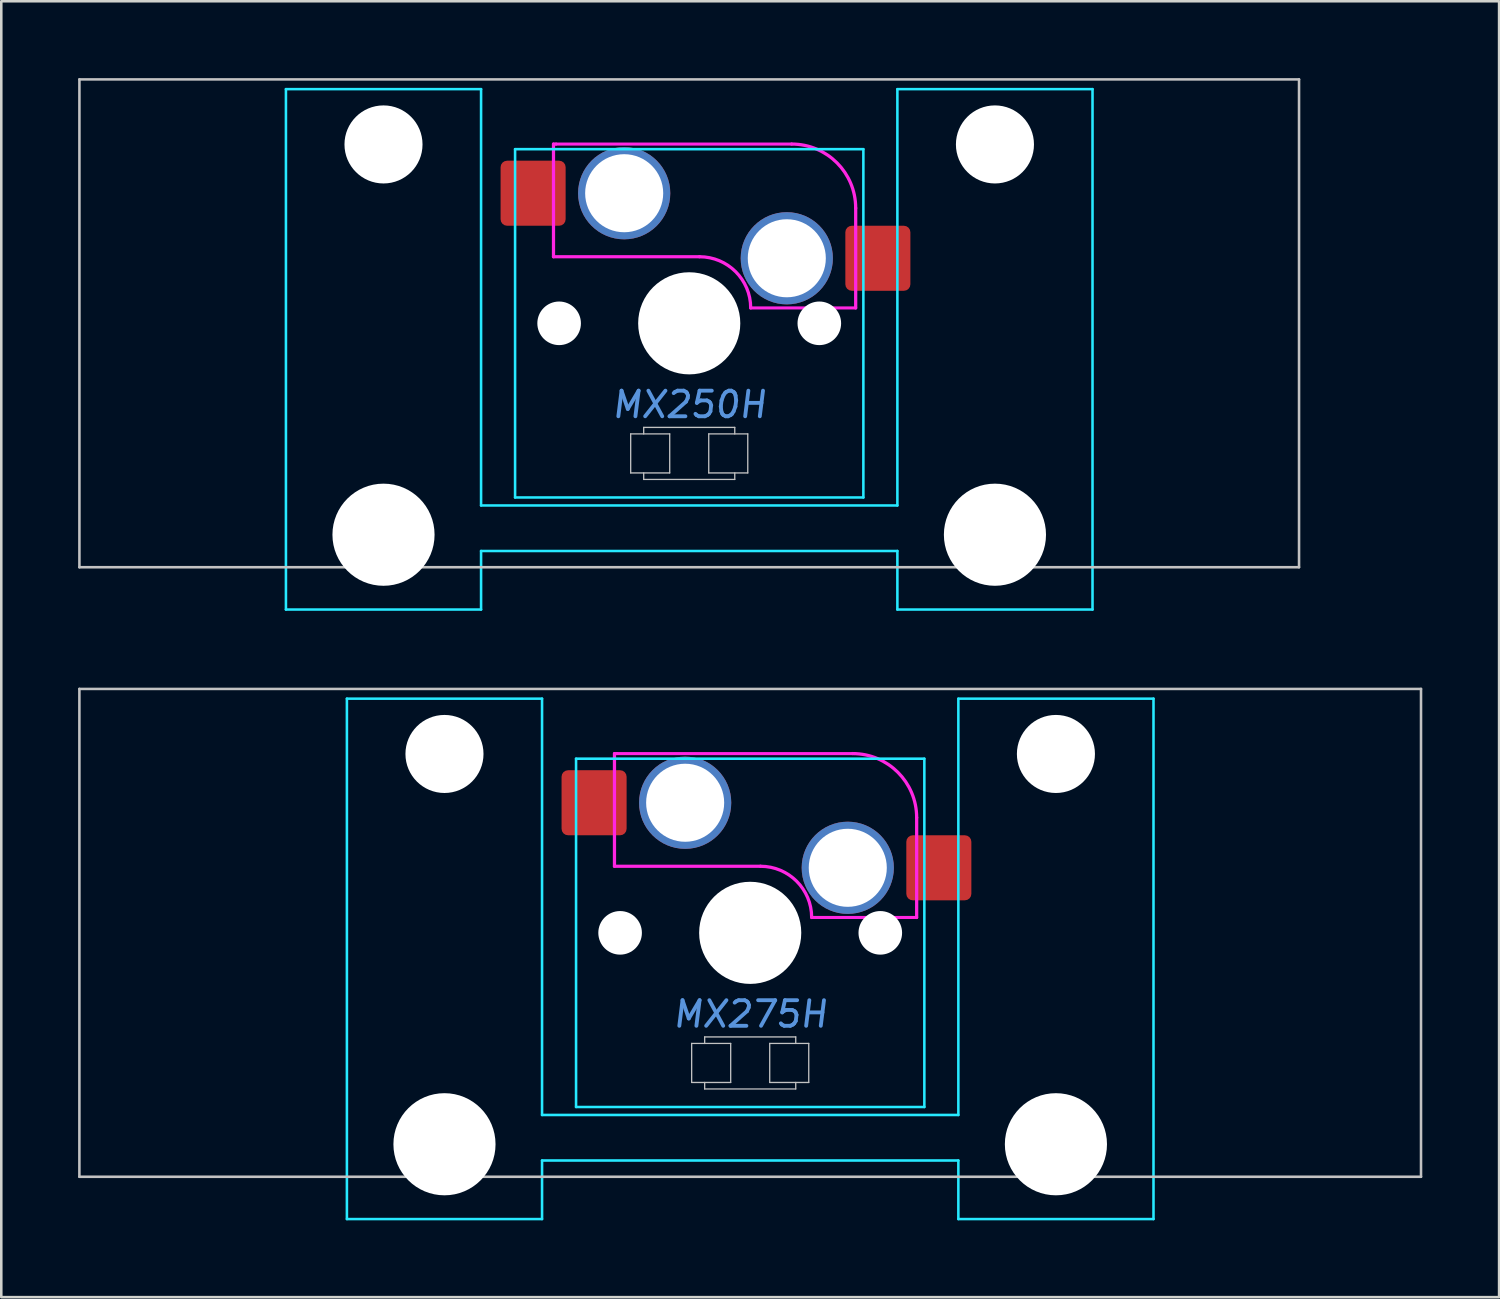
<source format=kicad_pcb>
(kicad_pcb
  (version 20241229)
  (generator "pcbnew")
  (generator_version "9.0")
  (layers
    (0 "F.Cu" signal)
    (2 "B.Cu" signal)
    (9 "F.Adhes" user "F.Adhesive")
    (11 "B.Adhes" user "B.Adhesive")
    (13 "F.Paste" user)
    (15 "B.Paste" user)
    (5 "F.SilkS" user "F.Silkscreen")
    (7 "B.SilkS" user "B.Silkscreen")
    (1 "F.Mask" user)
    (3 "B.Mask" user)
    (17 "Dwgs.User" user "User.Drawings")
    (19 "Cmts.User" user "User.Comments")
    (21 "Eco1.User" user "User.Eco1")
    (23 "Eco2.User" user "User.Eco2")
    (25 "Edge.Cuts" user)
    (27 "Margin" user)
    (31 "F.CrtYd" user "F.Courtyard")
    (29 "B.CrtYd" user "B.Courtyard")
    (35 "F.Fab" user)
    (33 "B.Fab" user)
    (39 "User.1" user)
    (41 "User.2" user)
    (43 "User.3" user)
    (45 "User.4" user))
  (footprint "MX250H"
    (layer "F.Cu")
    (at 23.863 9.575)
    (property "Reference" "MX250H" (at 0 3.175 0) (layer "Cmts.User") (effects (font (size 1 1) (thickness 0.15) (italic yes))))
    (attr smd)
    (fp_line (start -23.812 -9.525) (end -23.812 9.525) (stroke (width 0.1) (type solid)) (layer "Dwgs.User"))
    (fp_line (start -23.812 -9.525) (end 23.812 -9.525) (stroke (width 0.1) (type solid)) (layer "Dwgs.User"))
    (fp_line (start -23.812 9.525) (end 23.812 9.525) (stroke (width 0.1) (type solid)) (layer "Dwgs.User"))
    (fp_line (start -2.286 4.318) (end -0.762 4.318) (stroke (width 0.051) (type solid)) (layer "Dwgs.User"))
    (fp_line (start -2.286 5.842) (end -2.286 4.318) (stroke (width 0.051) (type solid)) (layer "Dwgs.User"))
    (fp_line (start -1.778 4.064) (end 1.778 4.064) (stroke (width 0.051) (type solid)) (layer "Dwgs.User"))
    (fp_line (start -1.778 4.318) (end -1.778 4.064) (stroke (width 0.051) (type solid)) (layer "Dwgs.User"))
    (fp_line (start -1.778 6.096) (end -1.778 5.842) (stroke (width 0.051) (type solid)) (layer "Dwgs.User"))
    (fp_line (start -0.762 4.318) (end -0.762 5.842) (stroke (width 0.051) (type solid)) (layer "Dwgs.User"))
    (fp_line (start -0.762 5.842) (end -2.286 5.842) (stroke (width 0.051) (type solid)) (layer "Dwgs.User"))
    (fp_line (start 0.762 4.318) (end 2.286 4.318) (stroke (width 0.051) (type solid)) (layer "Dwgs.User"))
    (fp_line (start 0.762 5.842) (end 0.762 4.318) (stroke (width 0.051) (type solid)) (layer "Dwgs.User"))
    (fp_line (start 1.778 4.064) (end 1.778 4.318) (stroke (width 0.051) (type solid)) (layer "Dwgs.User"))
    (fp_line (start 1.778 5.842) (end 1.778 6.096) (stroke (width 0.051) (type solid)) (layer "Dwgs.User"))
    (fp_line (start 1.778 6.096) (end -1.778 6.096) (stroke (width 0.051) (type solid)) (layer "Dwgs.User"))
    (fp_line (start 2.286 4.318) (end 2.286 5.842) (stroke (width 0.051) (type solid)) (layer "Dwgs.User"))
    (fp_line (start 2.286 5.842) (end 0.762 5.842) (stroke (width 0.051) (type solid)) (layer "Dwgs.User"))
    (fp_line (start 23.812 -9.525) (end 23.812 9.525) (stroke (width 0.1) (type solid)) (layer "Dwgs.User"))
    (fp_line (start -15.438 -5.485) (end -15.438 8.515) (stroke (width 0.1) (type solid)) (layer "Eco1.User"))
    (fp_line (start -14.938 -5.985) (end -8.938 -5.985) (stroke (width 0.1) (type solid)) (layer "Eco1.User"))
    (fp_line (start -8.938 9.015) (end -14.938 9.015) (stroke (width 0.1) (type solid)) (layer "Eco1.User"))
    (fp_line (start -8.438 8.515) (end -8.438 -5.485) (stroke (width 0.1) (type solid)) (layer "Eco1.User"))
    (fp_line (start -7 -6.5) (end -7 6.5) (stroke (width 0.1) (type solid)) (layer "Eco1.User"))
    (fp_line (start -6.5 7) (end 6.5 7) (stroke (width 0.1) (type solid)) (layer "Eco1.User"))
    (fp_line (start 6.5 -7) (end -6.5 -7) (stroke (width 0.1) (type solid)) (layer "Eco1.User"))
    (fp_line (start 7 6.5) (end 7 -6.5) (stroke (width 0.1) (type solid)) (layer "Eco1.User"))
    (fp_line (start 8.438 -5.485) (end 8.438 8.515) (stroke (width 0.1) (type solid)) (layer "Eco1.User"))
    (fp_line (start 8.938 -5.985) (end 14.938 -5.985) (stroke (width 0.1) (type solid)) (layer "Eco1.User"))
    (fp_line (start 14.938 9.015) (end 8.938 9.015) (stroke (width 0.1) (type solid)) (layer "Eco1.User"))
    (fp_line (start 15.438 8.515) (end 15.438 -5.485) (stroke (width 0.1) (type solid)) (layer "Eco1.User"))
    (fp_arc (start -15.438 -5.485) (mid -15.291553 -5.838553) (end -14.938 -5.985) (stroke (width 0.1) (type solid)) (layer "Eco1.User"))
    (fp_arc (start -14.938 9.015) (mid -15.291553 8.868553) (end -15.438 8.515) (stroke (width 0.1) (type solid)) (layer "Eco1.User"))
    (fp_arc (start -8.938 -5.985) (mid -8.584447 -5.838553) (end -8.438 -5.485) (stroke (width 0.1) (type solid)) (layer "Eco1.User"))
    (fp_arc (start -8.438 8.515) (mid -8.584447 8.868553) (end -8.938 9.015) (stroke (width 0.1) (type solid)) (layer "Eco1.User"))
    (fp_arc (start -7 -6.5) (mid -6.853553 -6.853553) (end -6.5 -7) (stroke (width 0.1) (type solid)) (layer "Eco1.User"))
    (fp_arc (start -6.5 7) (mid -6.853553 6.853553) (end -7 6.5) (stroke (width 0.1) (type solid)) (layer "Eco1.User"))
    (fp_arc (start 6.5 -7) (mid 6.853553 -6.853553) (end 7 -6.5) (stroke (width 0.1) (type solid)) (layer "Eco1.User"))
    (fp_arc (start 7 6.5) (mid 6.853553 6.853553) (end 6.5 7) (stroke (width 0.1) (type solid)) (layer "Eco1.User"))
    (fp_arc (start 8.438 -5.485) (mid 8.584447 -5.838553) (end 8.938 -5.985) (stroke (width 0.1) (type solid)) (layer "Eco1.User"))
    (fp_arc (start 8.938 9.015) (mid 8.584447 8.868553) (end 8.438 8.515) (stroke (width 0.1) (type solid)) (layer "Eco1.User"))
    (fp_arc (start 14.938 -5.985) (mid 15.291553 -5.838553) (end 15.438 -5.485) (stroke (width 0.1) (type solid)) (layer "Eco1.User"))
    (fp_arc (start 15.438 8.515) (mid 15.291553 8.868553) (end 14.938 9.015) (stroke (width 0.1) (type solid)) (layer "Eco1.User"))
    (fp_line (start -15.748 -9.144) (end -15.748 11.176) (stroke (width 0.1) (type solid)) (layer "B.CrtYd"))
    (fp_line (start -15.748 11.176) (end -8.128 11.176) (stroke (width 0.1) (type solid)) (layer "B.CrtYd"))
    (fp_line (start -8.128 -9.144) (end -15.748 -9.144) (stroke (width 0.1) (type solid)) (layer "B.CrtYd"))
    (fp_line (start -8.128 7.112) (end -8.128 -9.144) (stroke (width 0.1) (type solid)) (layer "B.CrtYd"))
    (fp_line (start -8.128 7.112) (end 8.128 7.112) (stroke (width 0.1) (type solid)) (layer "B.CrtYd"))
    (fp_line (start -8.128 8.89) (end -8.128 11.176) (stroke (width 0.1) (type solid)) (layer "B.CrtYd"))
    (fp_line (start -8.128 8.89) (end 8.128 8.89) (stroke (width 0.1) (type solid)) (layer "B.CrtYd"))
    (fp_line (start -6.8 -6.8) (end -6.8 6.8) (stroke (width 0.1) (type solid)) (layer "B.CrtYd"))
    (fp_line (start 6.8 -6.8) (end -6.8 -6.8) (stroke (width 0.1) (type solid)) (layer "B.CrtYd"))
    (fp_line (start 6.8 -6.8) (end 6.8 6.8) (stroke (width 0.1) (type solid)) (layer "B.CrtYd"))
    (fp_line (start 6.8 6.8) (end -6.8 6.8) (stroke (width 0.1) (type solid)) (layer "B.CrtYd"))
    (fp_line (start 8.128 -9.144) (end 15.748 -9.144) (stroke (width 0.1) (type solid)) (layer "B.CrtYd"))
    (fp_line (start 8.128 7.112) (end 8.128 -9.142) (stroke (width 0.1) (type solid)) (layer "B.CrtYd"))
    (fp_line (start 8.128 8.89) (end 8.128 11.176) (stroke (width 0.1) (type solid)) (layer "B.CrtYd"))
    (fp_line (start 15.748 11.176) (end 8.128 11.176) (stroke (width 0.1) (type solid)) (layer "B.CrtYd"))
    (fp_line (start 15.748 11.176) (end 15.748 -9.144) (stroke (width 0.1) (type solid)) (layer "B.CrtYd"))
    (fp_line (start -5.3 -7) (end -5.3 -2.6) (stroke (width 0.127) (type solid)) (layer "F.CrtYd"))
    (fp_line (start -5.2 -7) (end -5.3 -7) (stroke (width 0.12) (type solid)) (layer "F.CrtYd"))
    (fp_line (start 0.4 -2.6) (end -5.3 -2.6) (stroke (width 0.127) (type solid)) (layer "F.CrtYd"))
    (fp_line (start 4 -7) (end -5.2 -7) (stroke (width 0.12) (type solid)) (layer "F.CrtYd"))
    (fp_line (start 6.5 -4.5) (end 6.5 -0.6) (stroke (width 0.127) (type solid)) (layer "F.CrtYd"))
    (fp_line (start 6.5 -0.6) (end 2.4 -0.6) (stroke (width 0.12) (type solid)) (layer "F.CrtYd"))
    (fp_arc (start 0.4 -2.6) (mid 1.814214 -2.014214) (end 2.4 -0.6) (stroke (width 0.127) (type solid)) (layer "F.CrtYd"))
    (fp_arc (start 4 -7) (mid 5.767767 -6.267767) (end 6.5 -4.5) (stroke (width 0.127) (type solid)) (layer "F.CrtYd"))
    (pad "" np_thru_hole circle (at -11.938 -6.985) (size 3.048 3.048) (drill 3.048) (layers "*.Cu" "*.Mask"))
    (pad "" np_thru_hole circle (at -11.938 8.255) (size 3.988 3.988) (drill 3.988) (layers "*.Cu" "*.Mask"))
    (pad "" np_thru_hole circle (at -5.08 0) (size 1.702 1.702) (drill 1.702) (layers "*.Cu" "*.Mask"))
    (pad "" thru_hole circle (at -2.54 -5.08) (size 3.6 3.6) (drill 3.048) (layers "*.Cu" "*.Mask"))
    (pad "" np_thru_hole circle (at 0 0) (size 3.988 3.988) (drill 3.988) (layers "*.Cu" "*.Mask"))
    (pad "" thru_hole circle (at 3.81 -2.54) (size 3.6 3.6) (drill 3.048) (layers "*.Cu" "*.Mask"))
    (pad "" np_thru_hole circle (at 5.08 0) (size 1.702 1.702) (drill 1.702) (layers "*.Cu" "*.Mask"))
    (pad "" np_thru_hole circle (at 11.938 -6.985) (size 3.048 3.048) (drill 3.048) (layers "*.Cu" "*.Mask"))
    (pad "" np_thru_hole circle (at 11.938 8.255) (size 3.988 3.988) (drill 3.988) (layers "*.Cu" "*.Mask"))
    (pad "1" smd roundrect (at -6.096 -5.08) (size 2.54 2.54) (layers "F.Cu" "F.Mask") (roundrect_rratio 0.1))
    (pad "2" smd roundrect (at 7.366 -2.54) (size 2.54 2.54) (layers "F.Cu" "F.Mask") (roundrect_rratio 0.1)))
  (footprint "MX275H"
    (layer "F.Cu")
    (at 26.244 33.376)
    (property "Reference" "MX275H" (at 0 3.175 0) (layer "Cmts.User") (effects (font (size 1 1) (thickness 0.15) (italic yes))))
    (attr smd)
    (fp_line (start -26.194 -9.525) (end -26.194 9.525) (stroke (width 0.1) (type solid)) (layer "Dwgs.User"))
    (fp_line (start -26.194 -9.525) (end 26.194 -9.525) (stroke (width 0.1) (type solid)) (layer "Dwgs.User"))
    (fp_line (start -26.194 9.525) (end 26.194 9.525) (stroke (width 0.1) (type solid)) (layer "Dwgs.User"))
    (fp_line (start -2.286 4.318) (end -0.762 4.318) (stroke (width 0.051) (type solid)) (layer "Dwgs.User"))
    (fp_line (start -2.286 5.842) (end -2.286 4.318) (stroke (width 0.051) (type solid)) (layer "Dwgs.User"))
    (fp_line (start -1.778 4.064) (end 1.778 4.064) (stroke (width 0.051) (type solid)) (layer "Dwgs.User"))
    (fp_line (start -1.778 4.318) (end -1.778 4.064) (stroke (width 0.051) (type solid)) (layer "Dwgs.User"))
    (fp_line (start -1.778 6.096) (end -1.778 5.842) (stroke (width 0.051) (type solid)) (layer "Dwgs.User"))
    (fp_line (start -0.762 4.318) (end -0.762 5.842) (stroke (width 0.051) (type solid)) (layer "Dwgs.User"))
    (fp_line (start -0.762 5.842) (end -2.286 5.842) (stroke (width 0.051) (type solid)) (layer "Dwgs.User"))
    (fp_line (start 0.762 4.318) (end 2.286 4.318) (stroke (width 0.051) (type solid)) (layer "Dwgs.User"))
    (fp_line (start 0.762 5.842) (end 0.762 4.318) (stroke (width 0.051) (type solid)) (layer "Dwgs.User"))
    (fp_line (start 1.778 4.064) (end 1.778 4.318) (stroke (width 0.051) (type solid)) (layer "Dwgs.User"))
    (fp_line (start 1.778 5.842) (end 1.778 6.096) (stroke (width 0.051) (type solid)) (layer "Dwgs.User"))
    (fp_line (start 1.778 6.096) (end -1.778 6.096) (stroke (width 0.051) (type solid)) (layer "Dwgs.User"))
    (fp_line (start 2.286 4.318) (end 2.286 5.842) (stroke (width 0.051) (type solid)) (layer "Dwgs.User"))
    (fp_line (start 2.286 5.842) (end 0.762 5.842) (stroke (width 0.051) (type solid)) (layer "Dwgs.User"))
    (fp_line (start 26.194 -9.525) (end 26.194 9.525) (stroke (width 0.1) (type solid)) (layer "Dwgs.User"))
    (fp_line (start -15.438 -5.485) (end -15.438 8.515) (stroke (width 0.1) (type solid)) (layer "Eco1.User"))
    (fp_line (start -14.938 -5.985) (end -8.938 -5.985) (stroke (width 0.1) (type solid)) (layer "Eco1.User"))
    (fp_line (start -8.938 9.015) (end -14.938 9.015) (stroke (width 0.1) (type solid)) (layer "Eco1.User"))
    (fp_line (start -8.438 8.515) (end -8.438 -5.485) (stroke (width 0.1) (type solid)) (layer "Eco1.User"))
    (fp_line (start -7 -6.5) (end -7 6.5) (stroke (width 0.1) (type solid)) (layer "Eco1.User"))
    (fp_line (start -6.5 7) (end 6.5 7) (stroke (width 0.1) (type solid)) (layer "Eco1.User"))
    (fp_line (start 6.5 -7) (end -6.5 -7) (stroke (width 0.1) (type solid)) (layer "Eco1.User"))
    (fp_line (start 7 6.5) (end 7 -6.5) (stroke (width 0.1) (type solid)) (layer "Eco1.User"))
    (fp_line (start 8.438 -5.485) (end 8.438 8.515) (stroke (width 0.1) (type solid)) (layer "Eco1.User"))
    (fp_line (start 8.938 -5.985) (end 14.938 -5.985) (stroke (width 0.1) (type solid)) (layer "Eco1.User"))
    (fp_line (start 14.938 9.015) (end 8.938 9.015) (stroke (width 0.1) (type solid)) (layer "Eco1.User"))
    (fp_line (start 15.438 8.515) (end 15.438 -5.485) (stroke (width 0.1) (type solid)) (layer "Eco1.User"))
    (fp_arc (start -15.438 -5.485) (mid -15.291553 -5.838553) (end -14.938 -5.985) (stroke (width 0.1) (type solid)) (layer "Eco1.User"))
    (fp_arc (start -14.938 9.015) (mid -15.291553 8.868553) (end -15.438 8.515) (stroke (width 0.1) (type solid)) (layer "Eco1.User"))
    (fp_arc (start -8.938 -5.985) (mid -8.584447 -5.838553) (end -8.438 -5.485) (stroke (width 0.1) (type solid)) (layer "Eco1.User"))
    (fp_arc (start -8.438 8.515) (mid -8.584447 8.868553) (end -8.938 9.015) (stroke (width 0.1) (type solid)) (layer "Eco1.User"))
    (fp_arc (start -7 -6.5) (mid -6.853553 -6.853553) (end -6.5 -7) (stroke (width 0.1) (type solid)) (layer "Eco1.User"))
    (fp_arc (start -6.5 7) (mid -6.853553 6.853553) (end -7 6.5) (stroke (width 0.1) (type solid)) (layer "Eco1.User"))
    (fp_arc (start 6.5 -7) (mid 6.853553 -6.853553) (end 7 -6.5) (stroke (width 0.1) (type solid)) (layer "Eco1.User"))
    (fp_arc (start 7 6.5) (mid 6.853553 6.853553) (end 6.5 7) (stroke (width 0.1) (type solid)) (layer "Eco1.User"))
    (fp_arc (start 8.438 -5.485) (mid 8.584447 -5.838553) (end 8.938 -5.985) (stroke (width 0.1) (type solid)) (layer "Eco1.User"))
    (fp_arc (start 8.938 9.015) (mid 8.584447 8.868553) (end 8.438 8.515) (stroke (width 0.1) (type solid)) (layer "Eco1.User"))
    (fp_arc (start 14.938 -5.985) (mid 15.291553 -5.838553) (end 15.438 -5.485) (stroke (width 0.1) (type solid)) (layer "Eco1.User"))
    (fp_arc (start 15.438 8.515) (mid 15.291553 8.868553) (end 14.938 9.015) (stroke (width 0.1) (type solid)) (layer "Eco1.User"))
    (fp_line (start -15.748 -9.144) (end -15.748 11.176) (stroke (width 0.1) (type solid)) (layer "B.CrtYd"))
    (fp_line (start -15.748 11.176) (end -8.128 11.176) (stroke (width 0.1) (type solid)) (layer "B.CrtYd"))
    (fp_line (start -8.128 -9.144) (end -15.748 -9.144) (stroke (width 0.1) (type solid)) (layer "B.CrtYd"))
    (fp_line (start -8.128 7.112) (end -8.128 -9.144) (stroke (width 0.1) (type solid)) (layer "B.CrtYd"))
    (fp_line (start -8.128 7.112) (end 8.128 7.112) (stroke (width 0.1) (type solid)) (layer "B.CrtYd"))
    (fp_line (start -8.128 8.89) (end -8.128 11.176) (stroke (width 0.1) (type solid)) (layer "B.CrtYd"))
    (fp_line (start -8.128 8.89) (end 8.128 8.89) (stroke (width 0.1) (type solid)) (layer "B.CrtYd"))
    (fp_line (start -6.8 -6.8) (end -6.8 6.8) (stroke (width 0.1) (type solid)) (layer "B.CrtYd"))
    (fp_line (start 6.8 -6.8) (end -6.8 -6.8) (stroke (width 0.1) (type solid)) (layer "B.CrtYd"))
    (fp_line (start 6.8 -6.8) (end 6.8 6.8) (stroke (width 0.1) (type solid)) (layer "B.CrtYd"))
    (fp_line (start 6.8 6.8) (end -6.8 6.8) (stroke (width 0.1) (type solid)) (layer "B.CrtYd"))
    (fp_line (start 8.128 -9.144) (end 15.748 -9.144) (stroke (width 0.1) (type solid)) (layer "B.CrtYd"))
    (fp_line (start 8.128 7.112) (end 8.128 -9.142) (stroke (width 0.1) (type solid)) (layer "B.CrtYd"))
    (fp_line (start 8.128 8.89) (end 8.128 11.176) (stroke (width 0.1) (type solid)) (layer "B.CrtYd"))
    (fp_line (start 15.748 11.176) (end 8.128 11.176) (stroke (width 0.1) (type solid)) (layer "B.CrtYd"))
    (fp_line (start 15.748 11.176) (end 15.748 -9.144) (stroke (width 0.1) (type solid)) (layer "B.CrtYd"))
    (fp_line (start -5.3 -7) (end -5.3 -2.6) (stroke (width 0.127) (type solid)) (layer "F.CrtYd"))
    (fp_line (start -5.2 -7) (end -5.3 -7) (stroke (width 0.12) (type solid)) (layer "F.CrtYd"))
    (fp_line (start 0.4 -2.6) (end -5.3 -2.6) (stroke (width 0.127) (type solid)) (layer "F.CrtYd"))
    (fp_line (start 4 -7) (end -5.2 -7) (stroke (width 0.12) (type solid)) (layer "F.CrtYd"))
    (fp_line (start 6.5 -4.5) (end 6.5 -0.6) (stroke (width 0.127) (type solid)) (layer "F.CrtYd"))
    (fp_line (start 6.5 -0.6) (end 2.4 -0.6) (stroke (width 0.12) (type solid)) (layer "F.CrtYd"))
    (fp_arc (start 0.4 -2.6) (mid 1.814214 -2.014214) (end 2.4 -0.6) (stroke (width 0.127) (type solid)) (layer "F.CrtYd"))
    (fp_arc (start 4 -7) (mid 5.767767 -6.267767) (end 6.5 -4.5) (stroke (width 0.127) (type solid)) (layer "F.CrtYd"))
    (pad "" np_thru_hole circle (at -11.938 -6.985) (size 3.048 3.048) (drill 3.048) (layers "*.Cu" "*.Mask"))
    (pad "" np_thru_hole circle (at -11.938 8.255) (size 3.988 3.988) (drill 3.988) (layers "*.Cu" "*.Mask"))
    (pad "" np_thru_hole circle (at -5.08 0) (size 1.702 1.702) (drill 1.702) (layers "*.Cu" "*.Mask"))
    (pad "" thru_hole circle (at -2.54 -5.08) (size 3.6 3.6) (drill 3.048) (layers "*.Cu" "*.Mask"))
    (pad "" np_thru_hole circle (at 0 0) (size 3.988 3.988) (drill 3.988) (layers "*.Cu" "*.Mask"))
    (pad "" thru_hole circle (at 3.81 -2.54) (size 3.6 3.6) (drill 3.048) (layers "*.Cu" "*.Mask"))
    (pad "" np_thru_hole circle (at 5.08 0) (size 1.702 1.702) (drill 1.702) (layers "*.Cu" "*.Mask"))
    (pad "" np_thru_hole circle (at 11.938 -6.985) (size 3.048 3.048) (drill 3.048) (layers "*.Cu" "*.Mask"))
    (pad "" np_thru_hole circle (at 11.938 8.255) (size 3.988 3.988) (drill 3.988) (layers "*.Cu" "*.Mask"))
    (pad "1" smd roundrect (at -6.096 -5.08) (size 2.54 2.54) (layers "F.Cu" "F.Mask") (roundrect_rratio 0.1))
    (pad "2" smd roundrect (at 7.366 -2.54) (size 2.54 2.54) (layers "F.Cu" "F.Mask") (roundrect_rratio 0.1)))
  (gr_rect
    (start -3 -3)
    (end 55.487 47.602)
    (stroke (width 0.1) (type default))
    (fill no)
    (layer "Edge.Cuts")))
</source>
